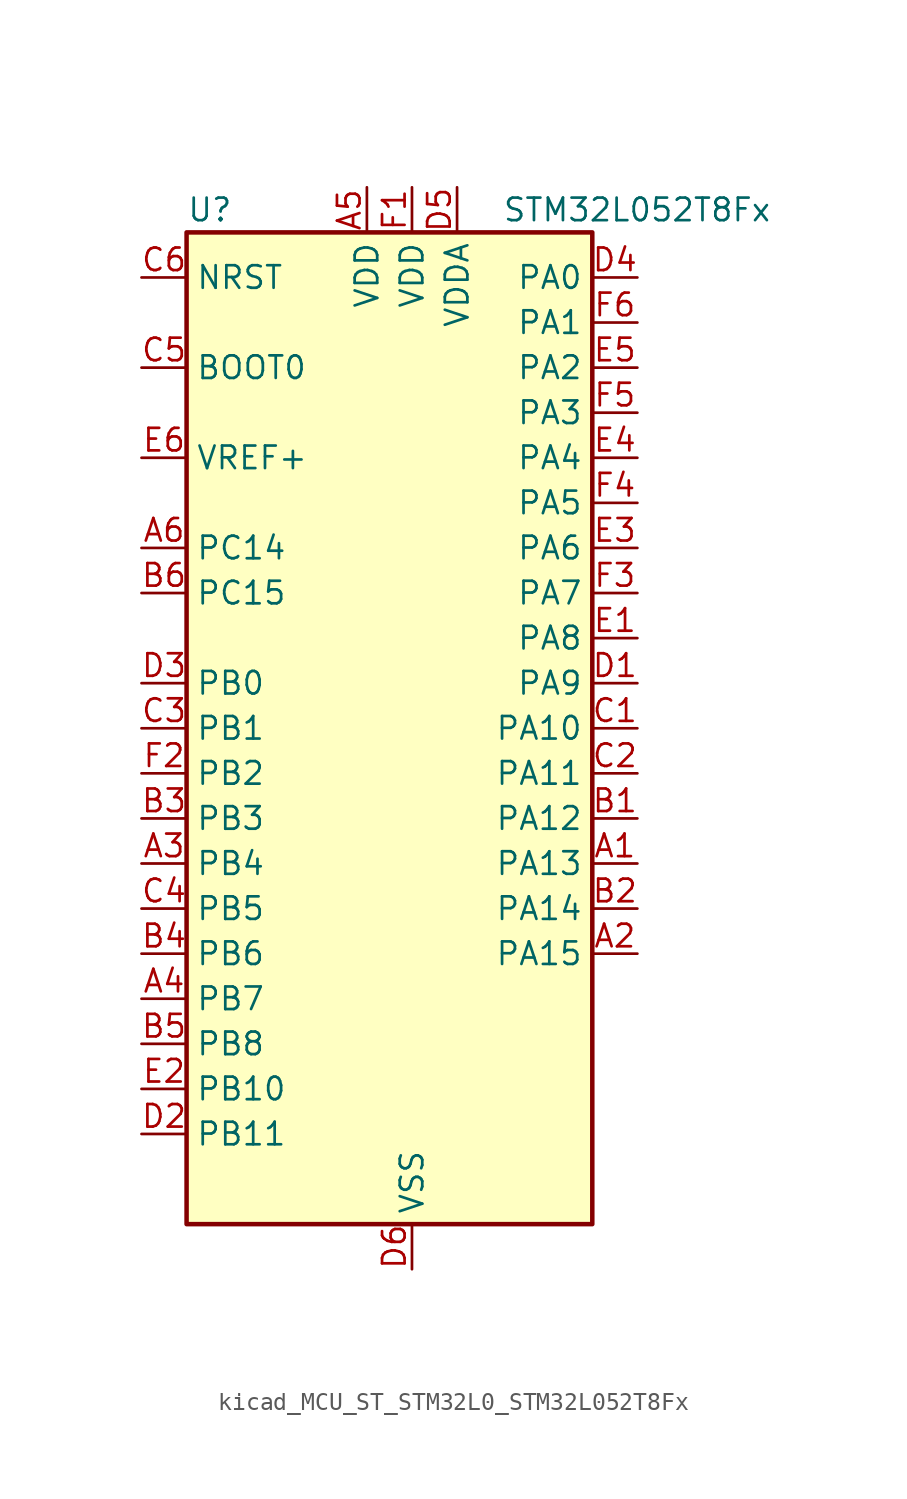
<source format=kicad_sym>
(kicad_symbol_lib
  (version 20220914)
  (generator kicad_symbol_editor)
  (symbol "kicad_MCU_ST_STM32L0_STM32L052T8Fx"
    (property "Reference" "U"
      (at -10.16 29.21 0)
      (effects (font (size 1.27 1.27)) (justify left)))
    (property "Value" "STM32L052T8Fx"
      (at 7.62 29.21 0)
      (effects (font (size 1.27 1.27)) (justify left)))
    (property "ki_locked" ""
      (at 0 0 0)
      (effects (font (size 1.27 1.27))))
    (symbol "kicad_MCU_ST_STM32L0_STM32L052T8Fx_0_1"
      (rectangle (start -10.16 -27.94) (end 12.7 27.94) (stroke (width 0.254) (type default)) (fill (type background))))
    (symbol "kicad_MCU_ST_STM32L0_STM32L052T8Fx_1_1"
      (pin bidirectional line (at 15.24 -7.62 180) (length 2.54) (name "PA13" (effects (font (size 1.27 1.27)))) (number "A1" (effects (font (size 1.27 1.27)))) (alternate "SYS_SWDIO" bidirectional line) (alternate "USB_NOE" bidirectional line))
      (pin bidirectional line (at 15.24 -12.7 180) (length 2.54) (name "PA15" (effects (font (size 1.27 1.27)))) (number "A2" (effects (font (size 1.27 1.27)))) (alternate "SPI1_NSS" bidirectional line) (alternate "TIM2_CH1" bidirectional line) (alternate "TIM2_ETR" bidirectional line) (alternate "USART2_RX" bidirectional line))
      (pin bidirectional line (at -12.7 -7.62 0) (length 2.54) (name "PB4" (effects (font (size 1.27 1.27)))) (number "A3" (effects (font (size 1.27 1.27)))) (alternate "COMP2_INP" bidirectional line) (alternate "SPI1_MISO" bidirectional line) (alternate "TIM22_CH1" bidirectional line) (alternate "TSC_G5_IO2" bidirectional line))
      (pin bidirectional line (at -12.7 -15.24 0) (length 2.54) (name "PB7" (effects (font (size 1.27 1.27)))) (number "A4" (effects (font (size 1.27 1.27)))) (alternate "COMP2_INP" bidirectional line) (alternate "I2C1_SDA" bidirectional line) (alternate "LPTIM1_IN2" bidirectional line) (alternate "SYS_PVD_IN" bidirectional line) (alternate "TSC_G5_IO4" bidirectional line) (alternate "USART1_RX" bidirectional line))
      (pin power_in line (at 0 30.48 270) (length 2.54) (name "VDD" (effects (font (size 1.27 1.27)))) (number "A5" (effects (font (size 1.27 1.27)))))
      (pin bidirectional line (at -12.7 10.16 0) (length 2.54) (name "PC14" (effects (font (size 1.27 1.27)))) (number "A6" (effects (font (size 1.27 1.27)))) (alternate "RCC_OSC32_IN" bidirectional line))
      (pin bidirectional line (at 15.24 -5.08 180) (length 2.54) (name "PA12" (effects (font (size 1.27 1.27)))) (number "B1" (effects (font (size 1.27 1.27)))) (alternate "COMP2_OUT" bidirectional line) (alternate "SPI1_MOSI" bidirectional line) (alternate "TSC_G4_IO4" bidirectional line) (alternate "USART1_DE" bidirectional line) (alternate "USART1_RTS" bidirectional line) (alternate "USB_DP" bidirectional line))
      (pin bidirectional line (at 15.24 -10.16 180) (length 2.54) (name "PA14" (effects (font (size 1.27 1.27)))) (number "B2" (effects (font (size 1.27 1.27)))) (alternate "SYS_SWCLK" bidirectional line) (alternate "USART2_TX" bidirectional line))
      (pin bidirectional line (at -12.7 -5.08 0) (length 2.54) (name "PB3" (effects (font (size 1.27 1.27)))) (number "B3" (effects (font (size 1.27 1.27)))) (alternate "COMP2_INM" bidirectional line) (alternate "SPI1_SCK" bidirectional line) (alternate "TIM2_CH2" bidirectional line) (alternate "TSC_G5_IO1" bidirectional line))
      (pin bidirectional line (at -12.7 -12.7 0) (length 2.54) (name "PB6" (effects (font (size 1.27 1.27)))) (number "B4" (effects (font (size 1.27 1.27)))) (alternate "COMP2_INP" bidirectional line) (alternate "I2C1_SCL" bidirectional line) (alternate "LPTIM1_ETR" bidirectional line) (alternate "TSC_G5_IO3" bidirectional line) (alternate "USART1_TX" bidirectional line))
      (pin bidirectional line (at -12.7 -17.78 0) (length 2.54) (name "PB8" (effects (font (size 1.27 1.27)))) (number "B5" (effects (font (size 1.27 1.27)))) (alternate "I2C1_SCL" bidirectional line) (alternate "TSC_SYNC" bidirectional line))
      (pin bidirectional line (at -12.7 7.62 0) (length 2.54) (name "PC15" (effects (font (size 1.27 1.27)))) (number "B6" (effects (font (size 1.27 1.27)))) (alternate "RCC_OSC32_OUT" bidirectional line))
      (pin bidirectional line (at 15.24 0 180) (length 2.54) (name "PA10" (effects (font (size 1.27 1.27)))) (number "C1" (effects (font (size 1.27 1.27)))) (alternate "TSC_G4_IO2" bidirectional line) (alternate "USART1_RX" bidirectional line))
      (pin bidirectional line (at 15.24 -2.54 180) (length 2.54) (name "PA11" (effects (font (size 1.27 1.27)))) (number "C2" (effects (font (size 1.27 1.27)))) (alternate "ADC_EXTI11" bidirectional line) (alternate "COMP1_OUT" bidirectional line) (alternate "SPI1_MISO" bidirectional line) (alternate "TSC_G4_IO3" bidirectional line) (alternate "USART1_CTS" bidirectional line) (alternate "USB_DM" bidirectional line))
      (pin bidirectional line (at -12.7 0 0) (length 2.54) (name "PB1" (effects (font (size 1.27 1.27)))) (number "C3" (effects (font (size 1.27 1.27)))) (alternate "ADC_IN9" bidirectional line) (alternate "LPUART1_DE" bidirectional line) (alternate "LPUART1_RTS" bidirectional line) (alternate "SYS_VREF_OUT_PB1" bidirectional line) (alternate "TSC_G3_IO3" bidirectional line))
      (pin bidirectional line (at -12.7 -10.16 0) (length 2.54) (name "PB5" (effects (font (size 1.27 1.27)))) (number "C4" (effects (font (size 1.27 1.27)))) (alternate "COMP2_INP" bidirectional line) (alternate "I2C1_SMBA" bidirectional line) (alternate "LPTIM1_IN1" bidirectional line) (alternate "SPI1_MOSI" bidirectional line) (alternate "TIM22_CH2" bidirectional line))
      (pin input line (at -12.7 20.32 0) (length 2.54) (name "BOOT0" (effects (font (size 1.27 1.27)))) (number "C5" (effects (font (size 1.27 1.27)))))
      (pin input line (at -12.7 25.4 0) (length 2.54) (name "NRST" (effects (font (size 1.27 1.27)))) (number "C6" (effects (font (size 1.27 1.27)))))
      (pin bidirectional line (at 15.24 2.54 180) (length 2.54) (name "PA9" (effects (font (size 1.27 1.27)))) (number "D1" (effects (font (size 1.27 1.27)))) (alternate "DAC_EXTI9" bidirectional line) (alternate "RCC_MCO" bidirectional line) (alternate "TSC_G4_IO1" bidirectional line) (alternate "USART1_TX" bidirectional line))
      (pin bidirectional line (at -12.7 -22.86 0) (length 2.54) (name "PB11" (effects (font (size 1.27 1.27)))) (number "D2" (effects (font (size 1.27 1.27)))) (alternate "ADC_EXTI11" bidirectional line) (alternate "I2C2_SDA" bidirectional line) (alternate "LPUART1_RX" bidirectional line) (alternate "TIM2_CH4" bidirectional line) (alternate "TSC_G6_IO1" bidirectional line))
      (pin bidirectional line (at -12.7 2.54 0) (length 2.54) (name "PB0" (effects (font (size 1.27 1.27)))) (number "D3" (effects (font (size 1.27 1.27)))) (alternate "ADC_IN8" bidirectional line) (alternate "SYS_VREF_OUT_PB0" bidirectional line) (alternate "TSC_G3_IO2" bidirectional line))
      (pin bidirectional line (at 15.24 25.4 180) (length 2.54) (name "PA0" (effects (font (size 1.27 1.27)))) (number "D4" (effects (font (size 1.27 1.27)))) (alternate "ADC_IN0" bidirectional line) (alternate "COMP1_INM" bidirectional line) (alternate "COMP1_OUT" bidirectional line) (alternate "RTC_TAMP2" bidirectional line) (alternate "SYS_WKUP1" bidirectional line) (alternate "TIM2_CH1" bidirectional line) (alternate "TIM2_ETR" bidirectional line) (alternate "TSC_G1_IO1" bidirectional line) (alternate "USART2_CTS" bidirectional line))
      (pin power_in line (at 5.08 30.48 270) (length 2.54) (name "VDDA" (effects (font (size 1.27 1.27)))) (number "D5" (effects (font (size 1.27 1.27)))))
      (pin power_in line (at 2.54 -30.48 90) (length 2.54) (name "VSS" (effects (font (size 1.27 1.27)))) (number "D6" (effects (font (size 1.27 1.27)))))
      (pin bidirectional line (at 15.24 5.08 180) (length 2.54) (name "PA8" (effects (font (size 1.27 1.27)))) (number "E1" (effects (font (size 1.27 1.27)))) (alternate "CRS_SYNC" bidirectional line) (alternate "RCC_MCO" bidirectional line) (alternate "USART1_CK" bidirectional line))
      (pin bidirectional line (at -12.7 -20.32 0) (length 2.54) (name "PB10" (effects (font (size 1.27 1.27)))) (number "E2" (effects (font (size 1.27 1.27)))) (alternate "I2C2_SCL" bidirectional line) (alternate "LPUART1_TX" bidirectional line) (alternate "TIM2_CH3" bidirectional line) (alternate "TSC_SYNC" bidirectional line))
      (pin bidirectional line (at 15.24 10.16 180) (length 2.54) (name "PA6" (effects (font (size 1.27 1.27)))) (number "E3" (effects (font (size 1.27 1.27)))) (alternate "ADC_IN6" bidirectional line) (alternate "COMP1_OUT" bidirectional line) (alternate "LPUART1_CTS" bidirectional line) (alternate "SPI1_MISO" bidirectional line) (alternate "TIM22_CH1" bidirectional line) (alternate "TSC_G2_IO3" bidirectional line))
      (pin bidirectional line (at 15.24 15.24 180) (length 2.54) (name "PA4" (effects (font (size 1.27 1.27)))) (number "E4" (effects (font (size 1.27 1.27)))) (alternate "ADC_IN4" bidirectional line) (alternate "COMP1_INM" bidirectional line) (alternate "COMP2_INM" bidirectional line) (alternate "DAC_OUT1" bidirectional line) (alternate "SPI1_NSS" bidirectional line) (alternate "TIM22_ETR" bidirectional line) (alternate "TSC_G2_IO1" bidirectional line) (alternate "USART2_CK" bidirectional line))
      (pin bidirectional line (at 15.24 20.32 180) (length 2.54) (name "PA2" (effects (font (size 1.27 1.27)))) (number "E5" (effects (font (size 1.27 1.27)))) (alternate "ADC_IN2" bidirectional line) (alternate "COMP2_INM" bidirectional line) (alternate "COMP2_OUT" bidirectional line) (alternate "TIM21_CH1" bidirectional line) (alternate "TIM2_CH3" bidirectional line) (alternate "TSC_G1_IO3" bidirectional line) (alternate "USART2_TX" bidirectional line))
      (pin input line (at -12.7 15.24 0) (length 2.54) (name "VREF+" (effects (font (size 1.27 1.27)))) (number "E6" (effects (font (size 1.27 1.27)))))
      (pin power_in line (at 2.54 30.48 270) (length 2.54) (name "VDD" (effects (font (size 1.27 1.27)))) (number "F1" (effects (font (size 1.27 1.27)))))
      (pin bidirectional line (at -12.7 -2.54 0) (length 2.54) (name "PB2" (effects (font (size 1.27 1.27)))) (number "F2" (effects (font (size 1.27 1.27)))) (alternate "LPTIM1_OUT" bidirectional line) (alternate "TSC_G3_IO4" bidirectional line))
      (pin bidirectional line (at 15.24 7.62 180) (length 2.54) (name "PA7" (effects (font (size 1.27 1.27)))) (number "F3" (effects (font (size 1.27 1.27)))) (alternate "ADC_IN7" bidirectional line) (alternate "COMP2_OUT" bidirectional line) (alternate "SPI1_MOSI" bidirectional line) (alternate "TIM22_CH2" bidirectional line) (alternate "TSC_G2_IO4" bidirectional line))
      (pin bidirectional line (at 15.24 12.7 180) (length 2.54) (name "PA5" (effects (font (size 1.27 1.27)))) (number "F4" (effects (font (size 1.27 1.27)))) (alternate "ADC_IN5" bidirectional line) (alternate "COMP1_INM" bidirectional line) (alternate "COMP2_INM" bidirectional line) (alternate "SPI1_SCK" bidirectional line) (alternate "TIM2_CH1" bidirectional line) (alternate "TIM2_ETR" bidirectional line) (alternate "TSC_G2_IO2" bidirectional line))
      (pin bidirectional line (at 15.24 17.78 180) (length 2.54) (name "PA3" (effects (font (size 1.27 1.27)))) (number "F5" (effects (font (size 1.27 1.27)))) (alternate "ADC_IN3" bidirectional line) (alternate "COMP2_INP" bidirectional line) (alternate "TIM21_CH2" bidirectional line) (alternate "TIM2_CH4" bidirectional line) (alternate "TSC_G1_IO4" bidirectional line) (alternate "USART2_RX" bidirectional line))
      (pin bidirectional line (at 15.24 22.86 180) (length 2.54) (name "PA1" (effects (font (size 1.27 1.27)))) (number "F6" (effects (font (size 1.27 1.27)))) (alternate "ADC_IN1" bidirectional line) (alternate "COMP1_INP" bidirectional line) (alternate "TIM21_ETR" bidirectional line) (alternate "TIM2_CH2" bidirectional line) (alternate "TSC_G1_IO2" bidirectional line) (alternate "USART2_DE" bidirectional line) (alternate "USART2_RTS" bidirectional line)))))
</source>
